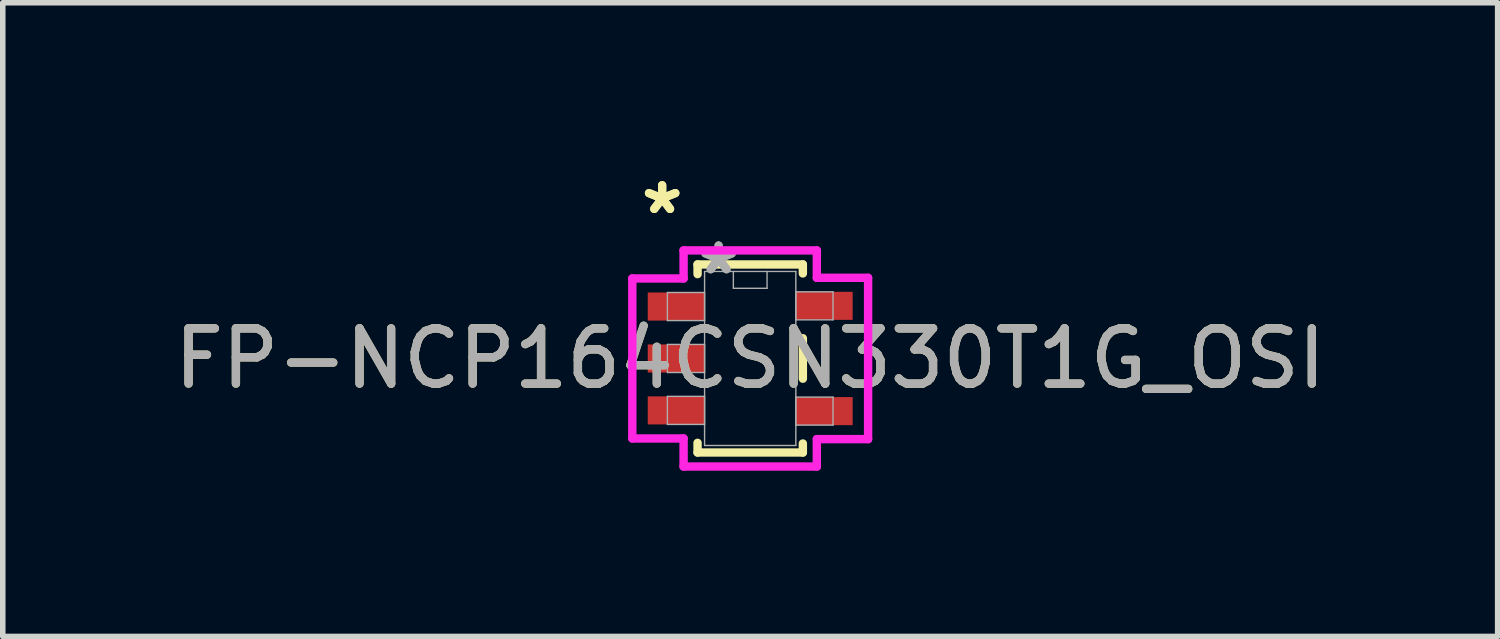
<source format=kicad_pcb>
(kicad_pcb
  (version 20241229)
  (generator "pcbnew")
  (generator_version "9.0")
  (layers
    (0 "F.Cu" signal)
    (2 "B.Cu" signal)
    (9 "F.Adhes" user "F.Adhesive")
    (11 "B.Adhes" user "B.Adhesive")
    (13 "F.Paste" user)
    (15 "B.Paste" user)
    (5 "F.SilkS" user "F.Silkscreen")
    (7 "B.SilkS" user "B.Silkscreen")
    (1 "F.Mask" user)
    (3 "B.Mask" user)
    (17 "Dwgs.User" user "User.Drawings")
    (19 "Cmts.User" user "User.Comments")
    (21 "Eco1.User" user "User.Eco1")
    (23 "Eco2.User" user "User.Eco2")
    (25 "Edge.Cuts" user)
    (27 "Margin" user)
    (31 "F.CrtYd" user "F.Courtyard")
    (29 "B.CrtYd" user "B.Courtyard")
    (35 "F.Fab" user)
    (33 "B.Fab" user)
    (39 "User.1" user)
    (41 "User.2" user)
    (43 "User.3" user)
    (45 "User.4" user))
  (footprint "FP-NCP164CSN330T1G_OSI"
    (layer "F.Cu")
    (at 10.53 3.439)
    (property "Reference" "FP-NCP164CSN330T1G_OSI" (at 0 0 0) (unlocked yes) (layer "F.SilkS") (effects (font (size 1 1) (thickness 0.15))))
    (attr smd)
    (fp_line (start -0.953 -1.702) (end -0.953 -1.527) (stroke (width 0.152) (type solid)) (layer "F.SilkS"))
    (fp_line (start -0.953 1.527) (end -0.953 1.702) (stroke (width 0.152) (type solid)) (layer "F.SilkS"))
    (fp_line (start -0.953 1.702) (end 0.953 1.702) (stroke (width 0.152) (type solid)) (layer "F.SilkS"))
    (fp_line (start 0.953 -1.702) (end -0.953 -1.702) (stroke (width 0.152) (type solid)) (layer "F.SilkS"))
    (fp_line (start 0.953 -1.539) (end 0.953 -1.702) (stroke (width 0.152) (type solid)) (layer "F.SilkS"))
    (fp_line (start 0.953 0.366) (end 0.953 -0.366) (stroke (width 0.152) (type solid)) (layer "F.SilkS"))
    (fp_line (start 0.953 1.702) (end 0.953 1.539) (stroke (width 0.152) (type solid)) (layer "F.SilkS"))
    (fp_line (start -2.134 -1.448) (end -1.206 -1.448) (stroke (width 0.152) (type solid)) (layer "F.CrtYd"))
    (fp_line (start -2.134 1.448) (end -2.134 -1.448) (stroke (width 0.152) (type solid)) (layer "F.CrtYd"))
    (fp_line (start -1.206 -1.956) (end 1.206 -1.956) (stroke (width 0.152) (type solid)) (layer "F.CrtYd"))
    (fp_line (start -1.206 -1.448) (end -1.206 -1.956) (stroke (width 0.152) (type solid)) (layer "F.CrtYd"))
    (fp_line (start -1.206 1.448) (end -2.134 1.448) (stroke (width 0.152) (type solid)) (layer "F.CrtYd"))
    (fp_line (start -1.206 1.956) (end -1.206 1.448) (stroke (width 0.152) (type solid)) (layer "F.CrtYd"))
    (fp_line (start 1.206 -1.956) (end 1.206 -1.46) (stroke (width 0.152) (type solid)) (layer "F.CrtYd"))
    (fp_line (start 1.206 -1.46) (end 2.134 -1.46) (stroke (width 0.152) (type solid)) (layer "F.CrtYd"))
    (fp_line (start 1.206 1.46) (end 1.206 1.956) (stroke (width 0.152) (type solid)) (layer "F.CrtYd"))
    (fp_line (start 1.206 1.956) (end -1.206 1.956) (stroke (width 0.152) (type solid)) (layer "F.CrtYd"))
    (fp_line (start 2.134 -1.46) (end 2.134 1.46) (stroke (width 0.152) (type solid)) (layer "F.CrtYd"))
    (fp_line (start 2.134 1.46) (end 1.206 1.46) (stroke (width 0.152) (type solid)) (layer "F.CrtYd"))
    (fp_line (start -1.499 -1.194) (end -1.499 -0.686) (stroke (width 0.025) (type solid)) (layer "F.Fab"))
    (fp_line (start -1.499 -0.686) (end -0.826 -0.686) (stroke (width 0.025) (type solid)) (layer "F.Fab"))
    (fp_line (start -1.499 -0.254) (end -1.499 0.254) (stroke (width 0.025) (type solid)) (layer "F.Fab"))
    (fp_line (start -1.499 0.254) (end -0.826 0.254) (stroke (width 0.025) (type solid)) (layer "F.Fab"))
    (fp_line (start -1.499 0.686) (end -1.499 1.194) (stroke (width 0.025) (type solid)) (layer "F.Fab"))
    (fp_line (start -1.499 1.194) (end -0.826 1.194) (stroke (width 0.025) (type solid)) (layer "F.Fab"))
    (fp_line (start -0.826 -1.575) (end -0.826 1.575) (stroke (width 0.025) (type solid)) (layer "F.Fab"))
    (fp_line (start -0.826 -1.194) (end -1.499 -1.194) (stroke (width 0.025) (type solid)) (layer "F.Fab"))
    (fp_line (start -0.826 -0.686) (end -0.826 -1.194) (stroke (width 0.025) (type solid)) (layer "F.Fab"))
    (fp_line (start -0.826 -0.254) (end -1.499 -0.254) (stroke (width 0.025) (type solid)) (layer "F.Fab"))
    (fp_line (start -0.826 0.254) (end -0.826 -0.254) (stroke (width 0.025) (type solid)) (layer "F.Fab"))
    (fp_line (start -0.826 0.686) (end -1.499 0.686) (stroke (width 0.025) (type solid)) (layer "F.Fab"))
    (fp_line (start -0.826 1.194) (end -0.826 0.686) (stroke (width 0.025) (type solid)) (layer "F.Fab"))
    (fp_line (start -0.826 1.575) (end 0.826 1.575) (stroke (width 0.025) (type solid)) (layer "F.Fab"))
    (fp_line (start -0.305 -1.27) (end -0.305 -1.575) (stroke (width 0.025) (type solid)) (layer "F.Fab"))
    (fp_line (start 0.305 -1.575) (end 0.305 -1.27) (stroke (width 0.025) (type solid)) (layer "F.Fab"))
    (fp_line (start 0.305 -1.27) (end -0.305 -1.27) (stroke (width 0.025) (type solid)) (layer "F.Fab"))
    (fp_line (start 0.826 -1.575) (end -0.826 -1.575) (stroke (width 0.025) (type solid)) (layer "F.Fab"))
    (fp_line (start 0.826 -1.206) (end 0.826 -0.699) (stroke (width 0.025) (type solid)) (layer "F.Fab"))
    (fp_line (start 0.826 -0.699) (end 1.499 -0.699) (stroke (width 0.025) (type solid)) (layer "F.Fab"))
    (fp_line (start 0.826 0.699) (end 0.826 1.206) (stroke (width 0.025) (type solid)) (layer "F.Fab"))
    (fp_line (start 0.826 1.206) (end 1.499 1.206) (stroke (width 0.025) (type solid)) (layer "F.Fab"))
    (fp_line (start 0.826 1.575) (end 0.826 -1.575) (stroke (width 0.025) (type solid)) (layer "F.Fab"))
    (fp_line (start 1.499 -1.206) (end 0.826 -1.206) (stroke (width 0.025) (type solid)) (layer "F.Fab"))
    (fp_line (start 1.499 -0.699) (end 1.499 -1.206) (stroke (width 0.025) (type solid)) (layer "F.Fab"))
    (fp_line (start 1.499 0.699) (end 0.826 0.699) (stroke (width 0.025) (type solid)) (layer "F.Fab"))
    (fp_line (start 1.499 1.206) (end 1.499 0.699) (stroke (width 0.025) (type solid)) (layer "F.Fab"))
    (fp_text user "*" (at -1.594 -2.591 0) (unlocked yes) (layer "F.SilkS") (effects (font (size 1 1) (thickness 0.15))))
    (fp_text user "*" (at -1.594 -2.591 0) (layer "F.SilkS") (effects (font (size 1 1) (thickness 0.15))))
    (fp_text user "${REFERENCE}" (at 0 0 0) (unlocked yes) (layer "F.Fab") (effects (font (size 1 1) (thickness 0.15))))
    (fp_text user "*" (at -0.572 -1.499 0) (unlocked yes) (layer "F.Fab") (effects (font (size 1 1) (thickness 0.15))))
    (fp_text user "*" (at -0.572 -1.499 0) (layer "F.Fab") (effects (font (size 1 1) (thickness 0.15))))
    (pad "1" smd rect (at -1.34 -0.94) (size 1.029 0.508) (layers "F.Cu" "F.Mask" "F.Paste"))
    (pad "2" smd rect (at -1.34 0) (size 1.029 0.508) (layers "F.Cu" "F.Mask" "F.Paste"))
    (pad "3" smd rect (at -1.34 0.94) (size 1.029 0.508) (layers "F.Cu" "F.Mask" "F.Paste"))
    (pad "4" smd rect (at 1.34 0.953) (size 1.029 0.508) (layers "F.Cu" "F.Mask" "F.Paste"))
    (pad "5" smd rect (at 1.34 -0.953) (size 1.029 0.508) (layers "F.Cu" "F.Mask" "F.Paste")))
  (gr_rect
    (start -3 -3)
    (end 24.06 8.471)
    (stroke (width 0.1) (type default))
    (fill no)
    (layer "Edge.Cuts")))
</source>
